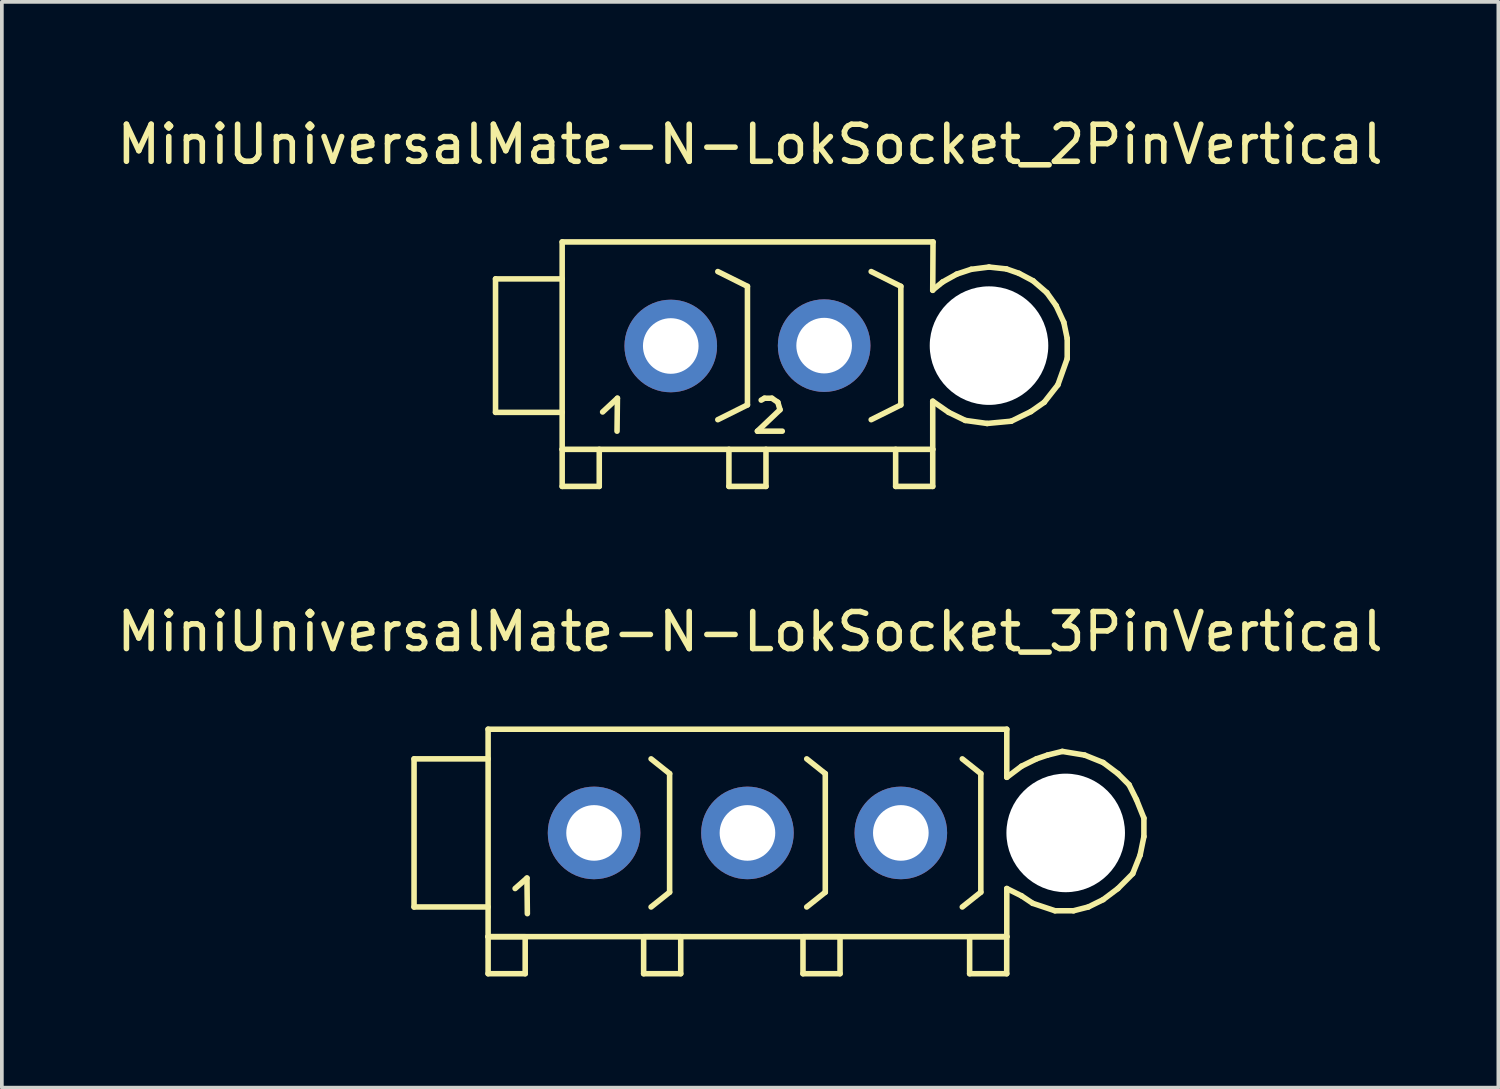
<source format=kicad_pcb>
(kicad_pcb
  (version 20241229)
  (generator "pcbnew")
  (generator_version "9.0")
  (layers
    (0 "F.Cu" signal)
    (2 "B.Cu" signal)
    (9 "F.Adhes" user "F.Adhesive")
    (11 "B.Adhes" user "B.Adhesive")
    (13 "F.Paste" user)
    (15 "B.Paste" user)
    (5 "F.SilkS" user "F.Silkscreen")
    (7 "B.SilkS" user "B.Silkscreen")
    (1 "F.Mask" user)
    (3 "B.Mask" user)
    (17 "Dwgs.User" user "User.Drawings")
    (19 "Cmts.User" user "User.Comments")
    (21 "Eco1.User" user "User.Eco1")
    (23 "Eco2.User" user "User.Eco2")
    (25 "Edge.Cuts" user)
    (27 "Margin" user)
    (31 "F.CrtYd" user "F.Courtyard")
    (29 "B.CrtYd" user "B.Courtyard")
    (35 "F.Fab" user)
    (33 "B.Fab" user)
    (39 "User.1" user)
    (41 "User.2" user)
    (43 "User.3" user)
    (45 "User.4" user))
  (footprint "MiniUniversalMate-N-LokSocket_2PinVertical"
    (layer "F.Cu")
    (at 17.125 6.279)
    (property "Reference" "MiniUniversalMate-N-LokSocket_2PinVertical" (at 0.071 -5.431 0) (layer "F.SilkS") (effects (font (size 1 1) (thickness 0.15))))
    (attr through_hole)
    (fp_line (start -6.8 -1.801) (end -6.8 1.801) (stroke (width 0.15) (type solid)) (layer "F.SilkS"))
    (fp_line (start -6.8 1.801) (end -5.001 1.801) (stroke (width 0.15) (type solid)) (layer "F.SilkS"))
    (fp_line (start -5.001 -2.799) (end -5.001 2.799) (stroke (width 0.15) (type solid)) (layer "F.SilkS"))
    (fp_line (start -5.001 -2.799) (end 5.009 -2.799) (stroke (width 0.15) (type solid)) (layer "F.SilkS"))
    (fp_line (start -5.001 -1.801) (end -6.8 -1.801) (stroke (width 0.15) (type solid)) (layer "F.SilkS"))
    (fp_line (start -5.001 2.799) (end -5.001 3.8) (stroke (width 0.15) (type solid)) (layer "F.SilkS"))
    (fp_line (start -5.001 2.799) (end 5.001 2.799) (stroke (width 0.15) (type solid)) (layer "F.SilkS"))
    (fp_line (start -5.001 3.8) (end -4 3.8) (stroke (width 0.15) (type solid)) (layer "F.SilkS"))
    (fp_line (start -4 3.8) (end -4 2.799) (stroke (width 0.15) (type solid)) (layer "F.SilkS"))
    (fp_line (start -3.909 1.791) (end -3.51 1.42) (stroke (width 0.15) (type solid)) (layer "F.SilkS"))
    (fp_line (start -3.51 1.42) (end -3.52 2.309) (stroke (width 0.15) (type solid)) (layer "F.SilkS"))
    (fp_line (start -0.5 3.8) (end -0.5 2.799) (stroke (width 0.15) (type solid)) (layer "F.SilkS"))
    (fp_line (start 0 -1.6) (end -0.8 -1.999) (stroke (width 0.15) (type solid)) (layer "F.SilkS"))
    (fp_line (start 0 -1.6) (end 0 1.6) (stroke (width 0.15) (type solid)) (layer "F.SilkS"))
    (fp_line (start 0 1.6) (end -0.8 1.999) (stroke (width 0.15) (type solid)) (layer "F.SilkS"))
    (fp_line (start 0.269 2.309) (end 0.94 2.309) (stroke (width 0.15) (type solid)) (layer "F.SilkS"))
    (fp_line (start 0.371 1.471) (end 0.46 1.42) (stroke (width 0.15) (type solid)) (layer "F.SilkS"))
    (fp_line (start 0.46 1.42) (end 0.66 1.42) (stroke (width 0.15) (type solid)) (layer "F.SilkS"))
    (fp_line (start 0.5 2.799) (end 0.5 3.8) (stroke (width 0.15) (type solid)) (layer "F.SilkS"))
    (fp_line (start 0.5 3.8) (end -0.5 3.8) (stroke (width 0.15) (type solid)) (layer "F.SilkS"))
    (fp_line (start 0.66 1.42) (end 0.82 1.529) (stroke (width 0.15) (type solid)) (layer "F.SilkS"))
    (fp_line (start 0.82 1.529) (end 0.879 1.73) (stroke (width 0.15) (type solid)) (layer "F.SilkS"))
    (fp_line (start 0.879 1.73) (end 0.269 2.309) (stroke (width 0.15) (type solid)) (layer "F.SilkS"))
    (fp_line (start 4 3.8) (end 4 2.799) (stroke (width 0.15) (type solid)) (layer "F.SilkS"))
    (fp_line (start 4.14 -1.6) (end 3.34 -1.999) (stroke (width 0.15) (type solid)) (layer "F.SilkS"))
    (fp_line (start 4.14 -1.6) (end 4.14 1.6) (stroke (width 0.15) (type solid)) (layer "F.SilkS"))
    (fp_line (start 4.14 1.6) (end 3.34 1.999) (stroke (width 0.15) (type solid)) (layer "F.SilkS"))
    (fp_line (start 5.001 -1.501) (end 5.271 -1.72) (stroke (width 0.15) (type solid)) (layer "F.SilkS"))
    (fp_line (start 5.001 2.799) (end 5.001 1.501) (stroke (width 0.15) (type solid)) (layer "F.SilkS"))
    (fp_line (start 5.001 2.799) (end 5.001 3.8) (stroke (width 0.15) (type solid)) (layer "F.SilkS"))
    (fp_line (start 5.001 3.8) (end 4 3.8) (stroke (width 0.15) (type solid)) (layer "F.SilkS"))
    (fp_line (start 5.009 -2.799) (end 5.001 -1.491) (stroke (width 0.15) (type solid)) (layer "F.SilkS"))
    (fp_line (start 5.271 -1.72) (end 5.649 -1.93) (stroke (width 0.15) (type solid)) (layer "F.SilkS"))
    (fp_line (start 5.431 1.801) (end 5.001 1.501) (stroke (width 0.15) (type solid)) (layer "F.SilkS"))
    (fp_line (start 5.649 -1.93) (end 6.04 -2.06) (stroke (width 0.15) (type solid)) (layer "F.SilkS"))
    (fp_line (start 5.88 2.019) (end 5.431 1.801) (stroke (width 0.15) (type solid)) (layer "F.SilkS"))
    (fp_line (start 6.04 -2.06) (end 6.52 -2.121) (stroke (width 0.15) (type solid)) (layer "F.SilkS"))
    (fp_line (start 6.469 2.101) (end 5.88 2.019) (stroke (width 0.15) (type solid)) (layer "F.SilkS"))
    (fp_line (start 6.52 -2.121) (end 6.99 -2.07) (stroke (width 0.15) (type solid)) (layer "F.SilkS"))
    (fp_line (start 6.99 -2.07) (end 7.33 -1.951) (stroke (width 0.15) (type solid)) (layer "F.SilkS"))
    (fp_line (start 7.12 2.04) (end 6.469 2.101) (stroke (width 0.15) (type solid)) (layer "F.SilkS"))
    (fp_line (start 7.33 -1.951) (end 7.709 -1.75) (stroke (width 0.15) (type solid)) (layer "F.SilkS"))
    (fp_line (start 7.65 1.781) (end 7.12 2.04) (stroke (width 0.15) (type solid)) (layer "F.SilkS"))
    (fp_line (start 7.709 -1.75) (end 8.08 -1.43) (stroke (width 0.15) (type solid)) (layer "F.SilkS"))
    (fp_line (start 8.011 1.529) (end 7.65 1.781) (stroke (width 0.15) (type solid)) (layer "F.SilkS"))
    (fp_line (start 8.08 -1.43) (end 8.331 -1.079) (stroke (width 0.15) (type solid)) (layer "F.SilkS"))
    (fp_line (start 8.331 -1.079) (end 8.539 -0.63) (stroke (width 0.15) (type solid)) (layer "F.SilkS"))
    (fp_line (start 8.379 1.059) (end 8.011 1.529) (stroke (width 0.15) (type solid)) (layer "F.SilkS"))
    (fp_line (start 8.539 -0.63) (end 8.631 -0.191) (stroke (width 0.15) (type solid)) (layer "F.SilkS"))
    (fp_line (start 8.631 -0.191) (end 8.631 0.351) (stroke (width 0.15) (type solid)) (layer "F.SilkS"))
    (fp_line (start 8.631 0.351) (end 8.379 1.059) (stroke (width 0.15) (type solid)) (layer "F.SilkS"))
    (pad "" np_thru_hole circle (at 6.52 0) (size 3.2 3.2) (drill 3.2) (layers "*.Cu" "*.Mask"))
    (pad "1" thru_hole circle (at -2.07 0.01 90) (size 2.499 2.499) (drill 1.501) (layers "*.Cu" "*.Mask"))
    (pad "2" thru_hole circle (at 2.07 0 90) (size 2.499 2.499) (drill 1.501) (layers "*.Cu" "*.Mask")))
  (footprint "MiniUniversalMate-N-LokSocket_3PinVertical"
    (layer "F.Cu")
    (at 17.125 19.432)
    (property "Reference" "MiniUniversalMate-N-LokSocket_3PinVertical" (at 0.071 -5.431 0) (layer "F.SilkS") (effects (font (size 1 1) (thickness 0.15))))
    (attr through_hole)
    (fp_line (start -8.999 -1.999) (end -8.999 1.999) (stroke (width 0.15) (type solid)) (layer "F.SilkS"))
    (fp_line (start -8.999 1.999) (end -7 1.999) (stroke (width 0.15) (type solid)) (layer "F.SilkS"))
    (fp_line (start -7 -2.799) (end -7 2.799) (stroke (width 0.15) (type solid)) (layer "F.SilkS"))
    (fp_line (start -7 -2.799) (end 7 -2.799) (stroke (width 0.15) (type solid)) (layer "F.SilkS"))
    (fp_line (start -7 -1.999) (end -8.999 -1.999) (stroke (width 0.15) (type solid)) (layer "F.SilkS"))
    (fp_line (start -7 2.799) (end 7 2.799) (stroke (width 0.15) (type solid)) (layer "F.SilkS"))
    (fp_line (start -7 2.802) (end -5.999 2.802) (stroke (width 0.15) (type solid)) (layer "F.SilkS"))
    (fp_line (start -7 3.8) (end -7 2.802) (stroke (width 0.15) (type solid)) (layer "F.SilkS"))
    (fp_line (start -6.271 1.501) (end -5.951 1.219) (stroke (width 0.15) (type solid)) (layer "F.SilkS"))
    (fp_line (start -5.999 2.802) (end -5.999 3.8) (stroke (width 0.15) (type solid)) (layer "F.SilkS"))
    (fp_line (start -5.999 3.8) (end -7 3.8) (stroke (width 0.15) (type solid)) (layer "F.SilkS"))
    (fp_line (start -5.951 1.219) (end -5.941 2.179) (stroke (width 0.15) (type solid)) (layer "F.SilkS"))
    (fp_line (start -2.802 2.802) (end -1.801 2.802) (stroke (width 0.15) (type solid)) (layer "F.SilkS"))
    (fp_line (start -2.802 3.8) (end -2.802 2.802) (stroke (width 0.15) (type solid)) (layer "F.SilkS"))
    (fp_line (start -2.101 -1.6) (end -2.601 -1.999) (stroke (width 0.15) (type solid)) (layer "F.SilkS"))
    (fp_line (start -2.101 -1.6) (end -2.101 1.6) (stroke (width 0.15) (type solid)) (layer "F.SilkS"))
    (fp_line (start -2.101 1.6) (end -2.601 1.999) (stroke (width 0.15) (type solid)) (layer "F.SilkS"))
    (fp_line (start -1.801 2.802) (end -1.801 3.8) (stroke (width 0.15) (type solid)) (layer "F.SilkS"))
    (fp_line (start -1.801 3.8) (end -2.802 3.8) (stroke (width 0.15) (type solid)) (layer "F.SilkS"))
    (fp_line (start 1.499 2.802) (end 2.499 2.802) (stroke (width 0.15) (type solid)) (layer "F.SilkS"))
    (fp_line (start 1.499 3.8) (end 1.499 2.802) (stroke (width 0.15) (type solid)) (layer "F.SilkS"))
    (fp_line (start 2.101 -1.6) (end 1.6 -1.999) (stroke (width 0.15) (type solid)) (layer "F.SilkS"))
    (fp_line (start 2.101 -1.6) (end 2.101 1.6) (stroke (width 0.15) (type solid)) (layer "F.SilkS"))
    (fp_line (start 2.101 1.6) (end 1.6 1.999) (stroke (width 0.15) (type solid)) (layer "F.SilkS"))
    (fp_line (start 2.499 2.802) (end 2.499 3.8) (stroke (width 0.15) (type solid)) (layer "F.SilkS"))
    (fp_line (start 2.499 3.8) (end 1.499 3.8) (stroke (width 0.15) (type solid)) (layer "F.SilkS"))
    (fp_line (start 5.997 2.802) (end 6.998 2.802) (stroke (width 0.15) (type solid)) (layer "F.SilkS"))
    (fp_line (start 5.997 3.8) (end 5.997 2.802) (stroke (width 0.15) (type solid)) (layer "F.SilkS"))
    (fp_line (start 6.299 -1.6) (end 5.799 -1.999) (stroke (width 0.15) (type solid)) (layer "F.SilkS"))
    (fp_line (start 6.299 -1.6) (end 6.299 1.6) (stroke (width 0.15) (type solid)) (layer "F.SilkS"))
    (fp_line (start 6.299 1.6) (end 5.799 1.999) (stroke (width 0.15) (type solid)) (layer "F.SilkS"))
    (fp_line (start 6.998 2.802) (end 6.998 3.8) (stroke (width 0.15) (type solid)) (layer "F.SilkS"))
    (fp_line (start 6.998 3.8) (end 5.997 3.8) (stroke (width 0.15) (type solid)) (layer "F.SilkS"))
    (fp_line (start 7 -2.799) (end 7 -1.501) (stroke (width 0.15) (type solid)) (layer "F.SilkS"))
    (fp_line (start 7 -1.501) (end 7.399 -1.801) (stroke (width 0.15) (type solid)) (layer "F.SilkS"))
    (fp_line (start 7 2.799) (end 7 1.501) (stroke (width 0.15) (type solid)) (layer "F.SilkS"))
    (fp_line (start 7.399 -1.801) (end 7.8 -1.999) (stroke (width 0.15) (type solid)) (layer "F.SilkS"))
    (fp_line (start 7.399 1.699) (end 7 1.501) (stroke (width 0.15) (type solid)) (layer "F.SilkS"))
    (fp_line (start 7.699 1.9) (end 7.399 1.699) (stroke (width 0.15) (type solid)) (layer "F.SilkS"))
    (fp_line (start 7.8 -1.999) (end 8.1 -2.101) (stroke (width 0.15) (type solid)) (layer "F.SilkS"))
    (fp_line (start 8.1 -2.101) (end 8.499 -2.2) (stroke (width 0.15) (type solid)) (layer "F.SilkS"))
    (fp_line (start 8.301 2.101) (end 7.699 1.9) (stroke (width 0.15) (type solid)) (layer "F.SilkS"))
    (fp_line (start 8.499 -2.2) (end 9.101 -2.101) (stroke (width 0.15) (type solid)) (layer "F.SilkS"))
    (fp_line (start 8.801 2.101) (end 8.301 2.101) (stroke (width 0.15) (type solid)) (layer "F.SilkS"))
    (fp_line (start 9.101 -2.101) (end 9.601 -1.9) (stroke (width 0.15) (type solid)) (layer "F.SilkS"))
    (fp_line (start 9.2 1.999) (end 8.801 2.101) (stroke (width 0.15) (type solid)) (layer "F.SilkS"))
    (fp_line (start 9.601 -1.9) (end 10 -1.6) (stroke (width 0.15) (type solid)) (layer "F.SilkS"))
    (fp_line (start 9.601 1.801) (end 9.2 1.999) (stroke (width 0.15) (type solid)) (layer "F.SilkS"))
    (fp_line (start 10 -1.6) (end 10.3 -1.3) (stroke (width 0.15) (type solid)) (layer "F.SilkS"))
    (fp_line (start 10 1.501) (end 9.601 1.801) (stroke (width 0.15) (type solid)) (layer "F.SilkS"))
    (fp_line (start 10.3 -1.3) (end 10.5 -0.899) (stroke (width 0.15) (type solid)) (layer "F.SilkS"))
    (fp_line (start 10.399 1.1) (end 10 1.501) (stroke (width 0.15) (type solid)) (layer "F.SilkS"))
    (fp_line (start 10.5 -0.899) (end 10.701 -0.399) (stroke (width 0.15) (type solid)) (layer "F.SilkS"))
    (fp_line (start 10.599 0.599) (end 10.399 1.1) (stroke (width 0.15) (type solid)) (layer "F.SilkS"))
    (fp_line (start 10.701 -0.399) (end 10.701 0.099) (stroke (width 0.15) (type solid)) (layer "F.SilkS"))
    (fp_line (start 10.701 0.099) (end 10.599 0.599) (stroke (width 0.15) (type solid)) (layer "F.SilkS"))
    (pad "" np_thru_hole circle (at 8.59 0) (size 3.2 3.2) (drill 3.2) (layers "*.Cu" "*.Mask"))
    (pad "1" thru_hole circle (at -4.14 0 90) (size 2.499 2.499) (drill 1.501) (layers "*.Cu" "*.Mask"))
    (pad "2" thru_hole circle (at 0 0 90) (size 2.499 2.499) (drill 1.501) (layers "*.Cu" "*.Mask"))
    (pad "3" thru_hole circle (at 4.14 0 90) (size 2.499 2.499) (drill 1.501) (layers "*.Cu" "*.Mask")))
  (gr_rect
    (start -3 -3)
    (end 37.393 26.307)
    (stroke (width 0.1) (type default))
    (fill no)
    (layer "Edge.Cuts")))
</source>
